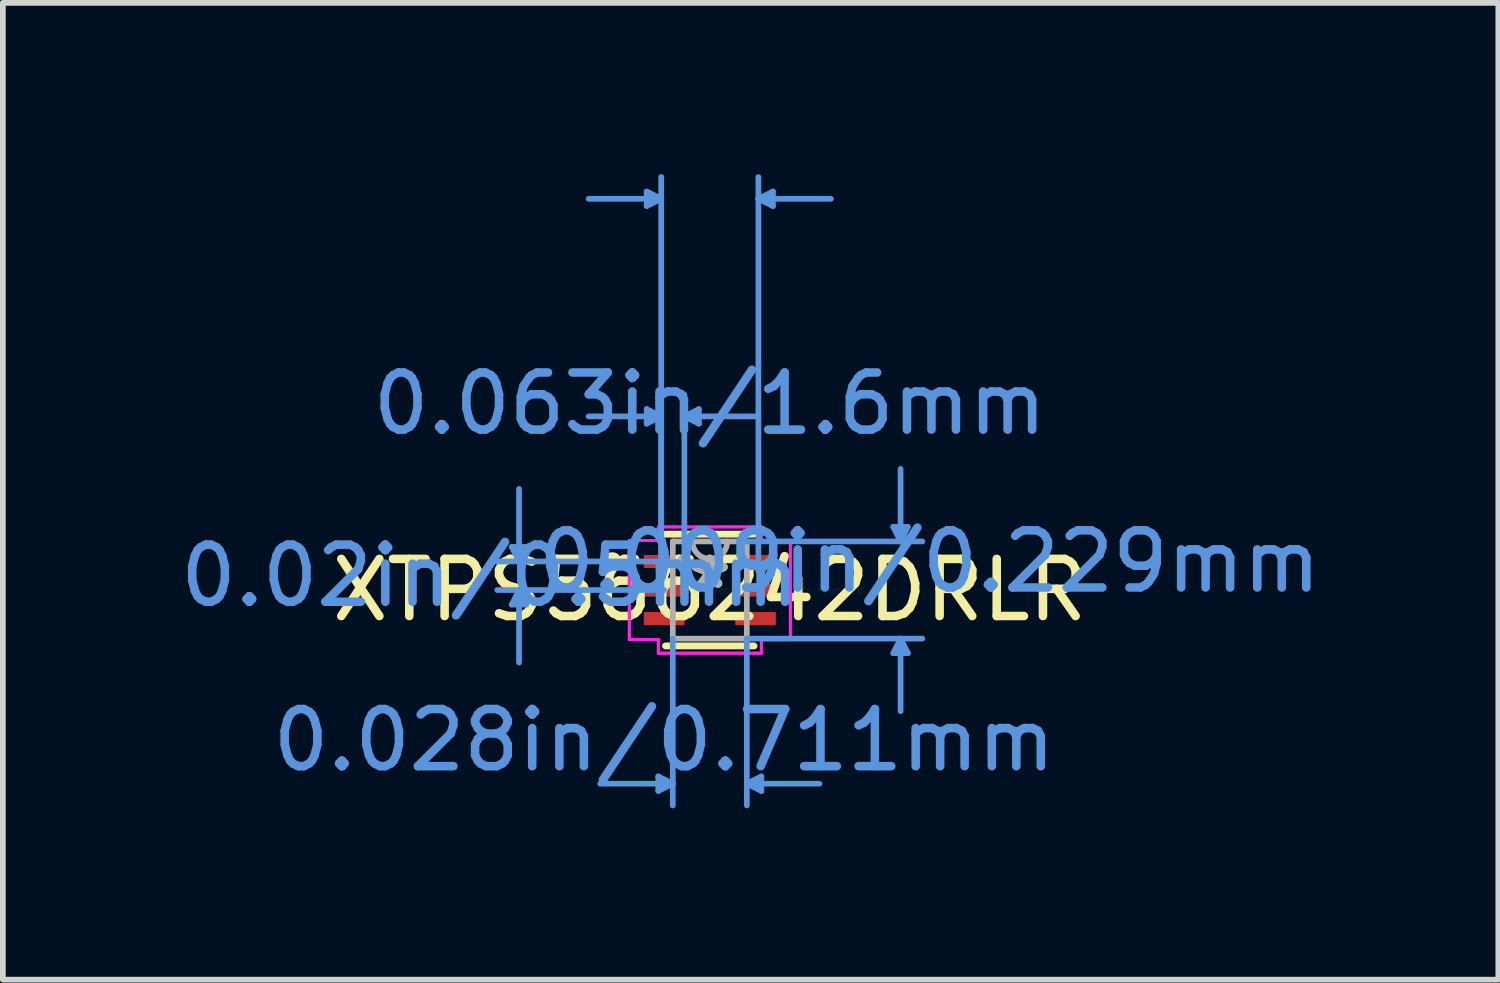
<source format=kicad_pcb>
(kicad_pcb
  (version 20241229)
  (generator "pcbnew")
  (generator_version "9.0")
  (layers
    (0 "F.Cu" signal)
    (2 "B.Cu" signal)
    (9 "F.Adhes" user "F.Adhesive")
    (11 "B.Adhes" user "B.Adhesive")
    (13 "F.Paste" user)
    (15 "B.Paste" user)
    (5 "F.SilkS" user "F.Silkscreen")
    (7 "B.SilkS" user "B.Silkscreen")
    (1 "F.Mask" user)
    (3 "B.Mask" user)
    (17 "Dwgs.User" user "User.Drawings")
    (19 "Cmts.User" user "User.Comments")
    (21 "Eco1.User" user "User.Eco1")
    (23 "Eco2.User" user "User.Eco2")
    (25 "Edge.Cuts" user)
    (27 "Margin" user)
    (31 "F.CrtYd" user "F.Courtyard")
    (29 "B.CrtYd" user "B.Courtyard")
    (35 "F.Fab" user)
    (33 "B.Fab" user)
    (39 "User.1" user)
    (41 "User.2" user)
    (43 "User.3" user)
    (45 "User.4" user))
  (footprint "XTPS566242DRLR"
    (layer "F.Cu")
    (at 9.378 7.281)
    (property "Reference" "XTPS566242DRLR" (at 0 0 0) (layer "F.SilkS") (effects (font (size 1 1) (thickness 0.15))))
    (attr through_hole)
    (fp_line (start -0.775 0.978) (end 0.775 0.978) (stroke (width 0.12) (type solid)) (layer "F.SilkS"))
    (fp_line (start 0.775 -0.978) (end -0.775 -0.978) (stroke (width 0.12) (type solid)) (layer "F.SilkS"))
    (fp_circle (center -1.707 -0.5) (end -1.605 -0.5) (stroke (width 0.12) (type solid)) (fill no) (layer "F.SilkS"))
    (fp_line (start -3.467 -0.754) (end -3.213 -0.754) (stroke (width 0.1) (type solid)) (layer "Cmts.User"))
    (fp_line (start -3.467 0.254) (end -3.213 0.254) (stroke (width 0.1) (type solid)) (layer "Cmts.User"))
    (fp_line (start -3.34 -0.5) (end -3.467 -0.754) (stroke (width 0.1) (type solid)) (layer "Cmts.User"))
    (fp_line (start -3.34 -0.5) (end -3.34 -1.77) (stroke (width 0.1) (type solid)) (layer "Cmts.User"))
    (fp_line (start -3.34 -0.5) (end -3.213 -0.754) (stroke (width 0.1) (type solid)) (layer "Cmts.User"))
    (fp_line (start -3.34 0) (end -3.467 0.254) (stroke (width 0.1) (type solid)) (layer "Cmts.User"))
    (fp_line (start -3.34 0) (end -3.34 1.27) (stroke (width 0.1) (type solid)) (layer "Cmts.User"))
    (fp_line (start -3.34 0) (end -3.213 0.254) (stroke (width 0.1) (type solid)) (layer "Cmts.User"))
    (fp_line (start -1.105 -6.977) (end -1.105 -6.723) (stroke (width 0.1) (type solid)) (layer "Cmts.User"))
    (fp_line (start -1.105 -3.167) (end -1.105 -2.913) (stroke (width 0.1) (type solid)) (layer "Cmts.User"))
    (fp_line (start -0.902 3.264) (end -0.902 3.518) (stroke (width 0.1) (type solid)) (layer "Cmts.User"))
    (fp_line (start -0.851 -6.85) (end -2.121 -6.85) (stroke (width 0.1) (type solid)) (layer "Cmts.User"))
    (fp_line (start -0.851 -6.85) (end -1.105 -6.977) (stroke (width 0.1) (type solid)) (layer "Cmts.User"))
    (fp_line (start -0.851 -6.85) (end -1.105 -6.723) (stroke (width 0.1) (type solid)) (layer "Cmts.User"))
    (fp_line (start -0.851 -3.04) (end -2.121 -3.04) (stroke (width 0.1) (type solid)) (layer "Cmts.User"))
    (fp_line (start -0.851 -3.04) (end -1.105 -3.167) (stroke (width 0.1) (type solid)) (layer "Cmts.User"))
    (fp_line (start -0.851 -3.04) (end -1.105 -2.913) (stroke (width 0.1) (type solid)) (layer "Cmts.User"))
    (fp_line (start -0.851 -0.5) (end -0.851 -7.231) (stroke (width 0.1) (type solid)) (layer "Cmts.User"))
    (fp_line (start -0.851 -0.5) (end -0.851 -3.421) (stroke (width 0.1) (type solid)) (layer "Cmts.User"))
    (fp_line (start -0.8 -0.5) (end -3.721 -0.5) (stroke (width 0.1) (type solid)) (layer "Cmts.User"))
    (fp_line (start -0.8 0) (end -3.721 0) (stroke (width 0.1) (type solid)) (layer "Cmts.User"))
    (fp_line (start -0.648 0.851) (end -0.648 3.772) (stroke (width 0.1) (type solid)) (layer "Cmts.User"))
    (fp_line (start -0.648 3.391) (end -1.918 3.391) (stroke (width 0.1) (type solid)) (layer "Cmts.User"))
    (fp_line (start -0.648 3.391) (end -0.902 3.264) (stroke (width 0.1) (type solid)) (layer "Cmts.User"))
    (fp_line (start -0.648 3.391) (end -0.902 3.518) (stroke (width 0.1) (type solid)) (layer "Cmts.User"))
    (fp_line (start -0.445 -3.04) (end -0.191 -3.167) (stroke (width 0.1) (type solid)) (layer "Cmts.User"))
    (fp_line (start -0.445 -3.04) (end -0.191 -2.913) (stroke (width 0.1) (type solid)) (layer "Cmts.User"))
    (fp_line (start -0.445 -3.04) (end 0.826 -3.04) (stroke (width 0.1) (type solid)) (layer "Cmts.User"))
    (fp_line (start -0.445 -0.5) (end -0.445 -3.421) (stroke (width 0.1) (type solid)) (layer "Cmts.User"))
    (fp_line (start -0.191 -3.167) (end -0.191 -2.913) (stroke (width 0.1) (type solid)) (layer "Cmts.User"))
    (fp_line (start 0.648 -0.851) (end 3.721 -0.851) (stroke (width 0.1) (type solid)) (layer "Cmts.User"))
    (fp_line (start 0.648 0.851) (end 0.648 3.772) (stroke (width 0.1) (type solid)) (layer "Cmts.User"))
    (fp_line (start 0.648 0.851) (end 3.721 0.851) (stroke (width 0.1) (type solid)) (layer "Cmts.User"))
    (fp_line (start 0.648 3.391) (end 0.902 3.264) (stroke (width 0.1) (type solid)) (layer "Cmts.User"))
    (fp_line (start 0.648 3.391) (end 0.902 3.518) (stroke (width 0.1) (type solid)) (layer "Cmts.User"))
    (fp_line (start 0.648 3.391) (end 1.918 3.391) (stroke (width 0.1) (type solid)) (layer "Cmts.User"))
    (fp_line (start 0.851 -6.85) (end 1.105 -6.977) (stroke (width 0.1) (type solid)) (layer "Cmts.User"))
    (fp_line (start 0.851 -6.85) (end 1.105 -6.723) (stroke (width 0.1) (type solid)) (layer "Cmts.User"))
    (fp_line (start 0.851 -6.85) (end 2.121 -6.85) (stroke (width 0.1) (type solid)) (layer "Cmts.User"))
    (fp_line (start 0.851 -0.5) (end 0.851 -7.231) (stroke (width 0.1) (type solid)) (layer "Cmts.User"))
    (fp_line (start 0.902 3.264) (end 0.902 3.518) (stroke (width 0.1) (type solid)) (layer "Cmts.User"))
    (fp_line (start 1.105 -6.977) (end 1.105 -6.723) (stroke (width 0.1) (type solid)) (layer "Cmts.User"))
    (fp_line (start 3.213 -1.105) (end 3.467 -1.105) (stroke (width 0.1) (type solid)) (layer "Cmts.User"))
    (fp_line (start 3.213 1.105) (end 3.467 1.105) (stroke (width 0.1) (type solid)) (layer "Cmts.User"))
    (fp_line (start 3.34 -0.851) (end 3.213 -1.105) (stroke (width 0.1) (type solid)) (layer "Cmts.User"))
    (fp_line (start 3.34 -0.851) (end 3.34 -2.121) (stroke (width 0.1) (type solid)) (layer "Cmts.User"))
    (fp_line (start 3.34 -0.851) (end 3.467 -1.105) (stroke (width 0.1) (type solid)) (layer "Cmts.User"))
    (fp_line (start 3.34 0.851) (end 3.213 1.105) (stroke (width 0.1) (type solid)) (layer "Cmts.User"))
    (fp_line (start 3.34 0.851) (end 3.34 2.121) (stroke (width 0.1) (type solid)) (layer "Cmts.User"))
    (fp_line (start 3.34 0.851) (end 3.467 1.105) (stroke (width 0.1) (type solid)) (layer "Cmts.User"))
    (fp_line (start -1.41 -0.868) (end -0.902 -0.868) (stroke (width 0.05) (type solid)) (layer "F.CrtYd"))
    (fp_line (start -1.41 -0.868) (end -0.902 -0.868) (stroke (width 0.05) (type solid)) (layer "F.CrtYd"))
    (fp_line (start -1.41 0.868) (end -1.41 -0.868) (stroke (width 0.05) (type solid)) (layer "F.CrtYd"))
    (fp_line (start -1.41 0.868) (end -1.41 -0.868) (stroke (width 0.05) (type solid)) (layer "F.CrtYd"))
    (fp_line (start -1.41 0.868) (end -0.902 0.868) (stroke (width 0.05) (type solid)) (layer "F.CrtYd"))
    (fp_line (start -0.902 -1.105) (end 0.902 -1.105) (stroke (width 0.05) (type solid)) (layer "F.CrtYd"))
    (fp_line (start -0.902 -1.105) (end 0.902 -1.105) (stroke (width 0.05) (type solid)) (layer "F.CrtYd"))
    (fp_line (start -0.902 -0.868) (end -0.902 -1.105) (stroke (width 0.05) (type solid)) (layer "F.CrtYd"))
    (fp_line (start -0.902 -0.868) (end -0.902 -1.105) (stroke (width 0.05) (type solid)) (layer "F.CrtYd"))
    (fp_line (start -0.902 0.868) (end -1.41 0.868) (stroke (width 0.05) (type solid)) (layer "F.CrtYd"))
    (fp_line (start -0.902 1.105) (end -0.902 0.868) (stroke (width 0.05) (type solid)) (layer "F.CrtYd"))
    (fp_line (start -0.902 1.105) (end -0.902 0.868) (stroke (width 0.05) (type solid)) (layer "F.CrtYd"))
    (fp_line (start 0.902 -1.105) (end 0.902 -0.868) (stroke (width 0.05) (type solid)) (layer "F.CrtYd"))
    (fp_line (start 0.902 -1.105) (end 0.902 -0.868) (stroke (width 0.05) (type solid)) (layer "F.CrtYd"))
    (fp_line (start 0.902 -0.868) (end 1.41 -0.868) (stroke (width 0.05) (type solid)) (layer "F.CrtYd"))
    (fp_line (start 0.902 0.868) (end 0.902 1.105) (stroke (width 0.05) (type solid)) (layer "F.CrtYd"))
    (fp_line (start 0.902 0.868) (end 0.902 1.105) (stroke (width 0.05) (type solid)) (layer "F.CrtYd"))
    (fp_line (start 0.902 1.105) (end -0.902 1.105) (stroke (width 0.05) (type solid)) (layer "F.CrtYd"))
    (fp_line (start 0.902 1.105) (end -0.902 1.105) (stroke (width 0.05) (type solid)) (layer "F.CrtYd"))
    (fp_line (start 1.41 -0.868) (end 0.902 -0.868) (stroke (width 0.05) (type solid)) (layer "F.CrtYd"))
    (fp_line (start 1.41 -0.868) (end 1.41 0.868) (stroke (width 0.05) (type solid)) (layer "F.CrtYd"))
    (fp_line (start 1.41 -0.868) (end 1.41 0.868) (stroke (width 0.05) (type solid)) (layer "F.CrtYd"))
    (fp_line (start 1.41 0.868) (end 0.902 0.868) (stroke (width 0.05) (type solid)) (layer "F.CrtYd"))
    (fp_line (start 1.41 0.868) (end 0.902 0.868) (stroke (width 0.05) (type solid)) (layer "F.CrtYd"))
    (fp_line (start -0.648 -0.851) (end -0.648 0.851) (stroke (width 0.1) (type solid)) (layer "F.Fab"))
    (fp_line (start -0.648 0.851) (end 0.648 0.851) (stroke (width 0.1) (type solid)) (layer "F.Fab"))
    (fp_line (start 0.648 -0.851) (end -0.648 -0.851) (stroke (width 0.1) (type solid)) (layer "F.Fab"))
    (fp_line (start 0.648 0.851) (end 0.648 -0.851) (stroke (width 0.1) (type solid)) (layer "F.Fab"))
    (fp_arc (start 0.3048 -0.8509) (mid 0 -0.5461) (end -0.3048 -0.8509) (stroke (width 0.1) (type solid)) (layer "F.Fab"))
    (fp_circle (center -0.445 -0.5) (end -0.368 -0.5) (stroke (width 0.1) (type solid)) (fill no) (layer "F.Fab"))
    (fp_text user "*" (at 0 0 0) (layer "F.SilkS") (effects (font (size 1 1) (thickness 0.15))))
    (fp_text user "0.009in/0.229mm" (at 3.848 -0.5 0) (layer "Cmts.User") (effects (font (size 1 1) (thickness 0.15))))
    (fp_text user "Copyright 2021 Accelerated Designs. All rights reserved." (at 0 0 0) (layer "Cmts.User") (effects (font (size 0.127 0.127) (thickness 0.002))))
    (fp_text user "0.028in/0.711mm" (at -0.8 2.629 0) (layer "Cmts.User") (effects (font (size 1 1) (thickness 0.15))))
    (fp_text user "0.063in/1.6mm" (at 0 -3.264 0) (layer "Cmts.User") (effects (font (size 1 1) (thickness 0.15))))
    (fp_text user "0.02in/0.5mm" (at -3.848 -0.25 0) (layer "Cmts.User") (effects (font (size 1 1) (thickness 0.15))))
    (fp_text user "*" (at 0 0 0) (layer "F.Fab") (effects (font (size 1 1) (thickness 0.15))))
    (pad "1" smd rect (at -0.8 -0.5) (size 0.711 0.229) (layers "F.Cu" "F.Mask" "F.Paste"))
    (pad "2" smd rect (at -0.8 0) (size 0.711 0.229) (layers "F.Cu" "F.Mask" "F.Paste"))
    (pad "3" smd rect (at -0.8 0.5) (size 0.711 0.229) (layers "F.Cu" "F.Mask" "F.Paste"))
    (pad "4" smd rect (at 0.8 0.5) (size 0.711 0.229) (layers "F.Cu" "F.Mask" "F.Paste"))
    (pad "5" smd rect (at 0.8 0) (size 0.711 0.229) (layers "F.Cu" "F.Mask" "F.Paste"))
    (pad "6" smd rect (at 0.8 -0.5) (size 0.711 0.229) (layers "F.Cu" "F.Mask" "F.Paste")))
  (gr_rect
    (start -3 -3)
    (end 23.184 14.103)
    (stroke (width 0.1) (type default))
    (fill no)
    (layer "Edge.Cuts")))
</source>
